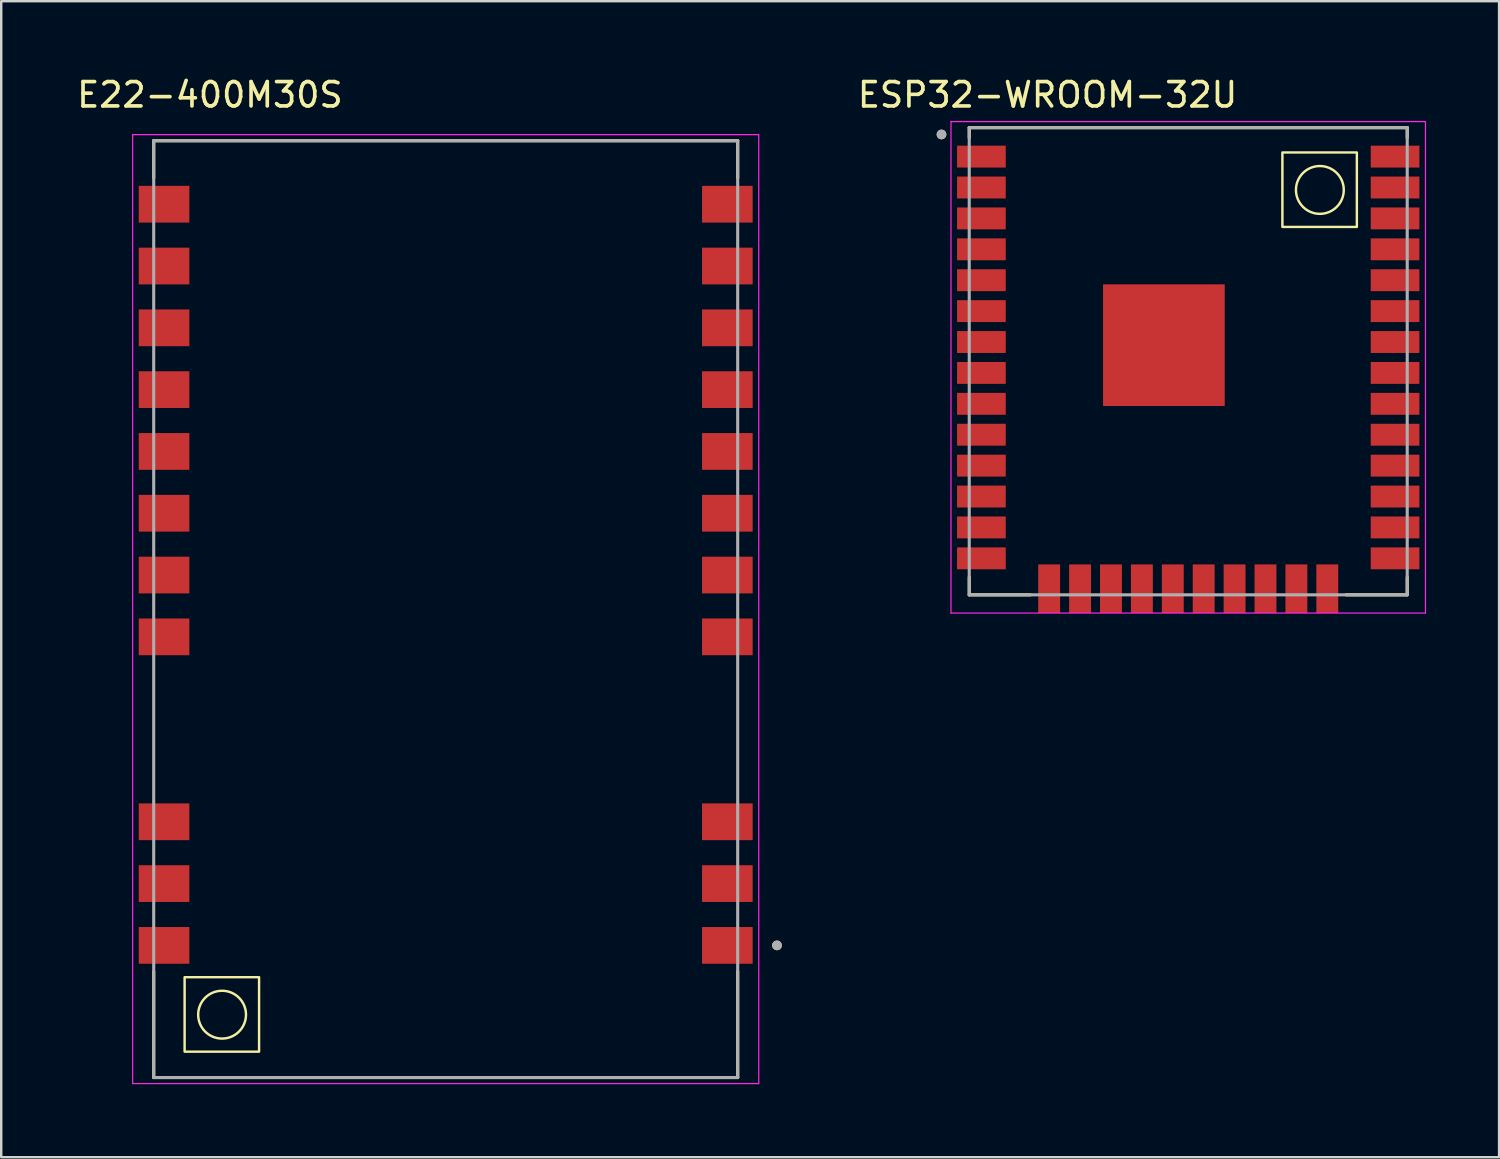
<source format=kicad_pcb>
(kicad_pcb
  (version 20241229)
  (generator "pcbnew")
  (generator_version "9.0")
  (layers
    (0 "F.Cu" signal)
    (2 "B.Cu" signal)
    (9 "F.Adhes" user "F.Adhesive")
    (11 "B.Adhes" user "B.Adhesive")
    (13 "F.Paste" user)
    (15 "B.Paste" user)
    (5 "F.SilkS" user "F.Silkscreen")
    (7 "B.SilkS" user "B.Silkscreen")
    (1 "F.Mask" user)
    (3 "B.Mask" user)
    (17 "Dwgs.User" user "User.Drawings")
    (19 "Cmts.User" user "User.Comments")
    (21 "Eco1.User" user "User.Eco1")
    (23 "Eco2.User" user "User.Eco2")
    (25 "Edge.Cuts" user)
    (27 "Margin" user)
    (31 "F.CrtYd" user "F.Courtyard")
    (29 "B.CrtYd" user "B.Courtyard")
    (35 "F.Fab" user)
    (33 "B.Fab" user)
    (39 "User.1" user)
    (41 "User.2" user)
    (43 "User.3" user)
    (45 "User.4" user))
  (footprint "E22-400M30S"
    (layer "F.Cu")
    (at 15.267 21.983)
    (property "Reference" "E22-400M30S" (at -9.69 -21.135 0) (layer "F.SilkS") (effects (font (size 1 1) (thickness 0.15))))
    (attr smd)
    (fp_line (start -12 -19.25) (end 12 -19.25) (stroke (width 0.127) (type solid)) (layer "F.SilkS"))
    (fp_line (start -12 -17.715) (end -12 -19.25) (stroke (width 0.127) (type solid)) (layer "F.SilkS"))
    (fp_line (start -12 19.25) (end -12 14.895) (stroke (width 0.127) (type solid)) (layer "F.SilkS"))
    (fp_line (start 12 -19.25) (end 12 -17.715) (stroke (width 0.127) (type solid)) (layer "F.SilkS"))
    (fp_line (start 12 19.25) (end -12 19.25) (stroke (width 0.127) (type solid)) (layer "F.SilkS"))
    (fp_line (start 12 19.25) (end 12 14.895) (stroke (width 0.127) (type solid)) (layer "F.SilkS"))
    (fp_rect (start -10.73 15.127) (end -7.67 18.187) (stroke (width 0.1) (type default)) (fill no) (layer "F.SilkS"))
    (fp_circle (center -9.19 16.667) (end -8.35 17.177) (stroke (width 0.1) (type default)) (fill no) (layer "F.SilkS"))
    (fp_circle (center 13.615 13.82) (end 13.715 13.82) (stroke (width 0.2) (type solid)) (fill no) (layer "F.SilkS"))
    (fp_line (start -12.865 -19.5) (end -12.865 19.5) (stroke (width 0.05) (type solid)) (layer "F.CrtYd"))
    (fp_line (start -12.865 19.5) (end 12.865 19.5) (stroke (width 0.05) (type solid)) (layer "F.CrtYd"))
    (fp_line (start 12.865 -19.5) (end -12.865 -19.5) (stroke (width 0.05) (type solid)) (layer "F.CrtYd"))
    (fp_line (start 12.865 19.5) (end 12.865 -19.5) (stroke (width 0.05) (type solid)) (layer "F.CrtYd"))
    (fp_line (start -12 -19.25) (end 12 -19.25) (stroke (width 0.127) (type solid)) (layer "F.Fab"))
    (fp_line (start -12 19.25) (end -12 -19.25) (stroke (width 0.127) (type solid)) (layer "F.Fab"))
    (fp_line (start 12 -19.25) (end 12 19.25) (stroke (width 0.127) (type solid)) (layer "F.Fab"))
    (fp_line (start 12 19.25) (end -12 19.25) (stroke (width 0.127) (type solid)) (layer "F.Fab"))
    (fp_circle (center 13.615 13.82) (end 13.715 13.82) (stroke (width 0.2) (type solid)) (fill no) (layer "F.Fab"))
    (pad "1" smd rect (at 11.575 13.82) (size 2.08 1.51) (layers "F.Cu" "F.Mask" "F.Paste"))
    (pad "2" smd rect (at 11.575 11.28) (size 2.08 1.51) (layers "F.Cu" "F.Mask" "F.Paste"))
    (pad "3" smd rect (at 11.575 8.74) (size 2.08 1.51) (layers "F.Cu" "F.Mask" "F.Paste"))
    (pad "4" smd rect (at 11.575 1.14) (size 2.08 1.51) (layers "F.Cu" "F.Mask" "F.Paste"))
    (pad "5" smd rect (at 11.575 -1.4) (size 2.08 1.51) (layers "F.Cu" "F.Mask" "F.Paste"))
    (pad "6" smd rect (at 11.575 -3.94) (size 2.08 1.51) (layers "F.Cu" "F.Mask" "F.Paste"))
    (pad "7" smd rect (at 11.575 -6.48) (size 2.08 1.51) (layers "F.Cu" "F.Mask" "F.Paste"))
    (pad "8" smd rect (at 11.575 -9.02) (size 2.08 1.51) (layers "F.Cu" "F.Mask" "F.Paste"))
    (pad "9" smd rect (at 11.575 -11.56) (size 2.08 1.51) (layers "F.Cu" "F.Mask" "F.Paste"))
    (pad "10" smd rect (at 11.575 -14.1) (size 2.08 1.51) (layers "F.Cu" "F.Mask" "F.Paste"))
    (pad "11" smd rect (at 11.575 -16.64) (size 2.08 1.51) (layers "F.Cu" "F.Mask" "F.Paste"))
    (pad "12" smd rect (at -11.575 -16.64) (size 2.08 1.51) (layers "F.Cu" "F.Mask" "F.Paste"))
    (pad "13" smd rect (at -11.575 -14.1) (size 2.08 1.51) (layers "F.Cu" "F.Mask" "F.Paste"))
    (pad "14" smd rect (at -11.575 -11.56) (size 2.08 1.51) (layers "F.Cu" "F.Mask" "F.Paste"))
    (pad "15" smd rect (at -11.575 -9.02) (size 2.08 1.51) (layers "F.Cu" "F.Mask" "F.Paste"))
    (pad "16" smd rect (at -11.575 -6.48) (size 2.08 1.51) (layers "F.Cu" "F.Mask" "F.Paste"))
    (pad "17" smd rect (at -11.575 -3.94) (size 2.08 1.51) (layers "F.Cu" "F.Mask" "F.Paste"))
    (pad "18" smd rect (at -11.575 -1.4) (size 2.08 1.51) (layers "F.Cu" "F.Mask" "F.Paste"))
    (pad "19" smd rect (at -11.575 1.14) (size 2.08 1.51) (layers "F.Cu" "F.Mask" "F.Paste"))
    (pad "20" smd rect (at -11.575 8.74) (size 2.08 1.51) (layers "F.Cu" "F.Mask" "F.Paste"))
    (pad "21" smd rect (at -11.575 11.28) (size 2.08 1.51) (layers "F.Cu" "F.Mask" "F.Paste"))
    (pad "22" smd rect (at -11.575 13.82) (size 2.08 1.51) (layers "F.Cu" "F.Mask" "F.Paste")))
  (footprint "ESP32-WROOM-32U"
    (layer "F.Cu")
    (at 45.783 11.796)
    (property "Reference" "ESP32-WROOM-32U" (at -5.782 -10.948 0) (layer "F.SilkS") (effects (font (size 1.001 1.001) (thickness 0.15))))
    (attr smd)
    (fp_line (start -9 -9.6) (end 9 -9.6) (stroke (width 0.127) (type solid)) (layer "F.SilkS"))
    (fp_line (start -9 -9.18) (end -9 -9.6) (stroke (width 0.127) (type solid)) (layer "F.SilkS"))
    (fp_line (start -9 8.87) (end -9 9.6) (stroke (width 0.127) (type solid)) (layer "F.SilkS"))
    (fp_line (start -9 9.6) (end -6.485 9.6) (stroke (width 0.127) (type solid)) (layer "F.SilkS"))
    (fp_line (start 6.485 9.6) (end 9 9.6) (stroke (width 0.127) (type solid)) (layer "F.SilkS"))
    (fp_line (start 9 -9.6) (end 9 -9.18) (stroke (width 0.127) (type solid)) (layer "F.SilkS"))
    (fp_line (start 9 9.6) (end 9 8.87) (stroke (width 0.127) (type solid)) (layer "F.SilkS"))
    (fp_rect (start 3.87 -8.58) (end 6.93 -5.52) (stroke (width 0.1) (type default)) (fill no) (layer "F.SilkS"))
    (fp_circle (center -10.14 -9.32) (end -10.04 -9.32) (stroke (width 0.2) (type solid)) (fill no) (layer "F.SilkS"))
    (fp_circle (center 5.41 -7.04) (end 6.25 -6.53) (stroke (width 0.1) (type default)) (fill no) (layer "F.SilkS"))
    (fp_line (start -9.75 -9.85) (end 9.75 -9.85) (stroke (width 0.05) (type solid)) (layer "F.CrtYd"))
    (fp_line (start -9.75 10.35) (end -9.75 -9.85) (stroke (width 0.05) (type solid)) (layer "F.CrtYd"))
    (fp_line (start 9.75 -9.85) (end 9.75 10.35) (stroke (width 0.05) (type solid)) (layer "F.CrtYd"))
    (fp_line (start 9.75 10.35) (end -9.75 10.35) (stroke (width 0.05) (type solid)) (layer "F.CrtYd"))
    (fp_line (start -9 -9.6) (end 9 -9.6) (stroke (width 0.127) (type solid)) (layer "F.Fab"))
    (fp_line (start -9 9.6) (end -9 -9.6) (stroke (width 0.127) (type solid)) (layer "F.Fab"))
    (fp_line (start 9 -9.6) (end 9 9.6) (stroke (width 0.127) (type solid)) (layer "F.Fab"))
    (fp_line (start 9 9.6) (end -9 9.6) (stroke (width 0.127) (type solid)) (layer "F.Fab"))
    (fp_circle (center -10.14 -9.32) (end -10.04 -9.32) (stroke (width 0.2) (type solid)) (fill no) (layer "F.Fab"))
    (pad "1" smd rect (at -8.5 -8.41) (size 2 0.9) (layers "F.Cu" "F.Mask" "F.Paste"))
    (pad "2" smd rect (at -8.5 -7.14) (size 2 0.9) (layers "F.Cu" "F.Mask" "F.Paste"))
    (pad "3" smd rect (at -8.5 -5.87) (size 2 0.9) (layers "F.Cu" "F.Mask" "F.Paste"))
    (pad "4" smd rect (at -8.5 -4.6) (size 2 0.9) (layers "F.Cu" "F.Mask" "F.Paste"))
    (pad "5" smd rect (at -8.5 -3.33) (size 2 0.9) (layers "F.Cu" "F.Mask" "F.Paste"))
    (pad "6" smd rect (at -8.5 -2.06) (size 2 0.9) (layers "F.Cu" "F.Mask" "F.Paste"))
    (pad "7" smd rect (at -8.5 -0.79) (size 2 0.9) (layers "F.Cu" "F.Mask" "F.Paste"))
    (pad "8" smd rect (at -8.5 0.48) (size 2 0.9) (layers "F.Cu" "F.Mask" "F.Paste"))
    (pad "9" smd rect (at -8.5 1.75) (size 2 0.9) (layers "F.Cu" "F.Mask" "F.Paste"))
    (pad "10" smd rect (at -8.5 3.02) (size 2 0.9) (layers "F.Cu" "F.Mask" "F.Paste"))
    (pad "11" smd rect (at -8.5 4.29) (size 2 0.9) (layers "F.Cu" "F.Mask" "F.Paste"))
    (pad "12" smd rect (at -8.5 5.56) (size 2 0.9) (layers "F.Cu" "F.Mask" "F.Paste"))
    (pad "13" smd rect (at -8.5 6.83) (size 2 0.9) (layers "F.Cu" "F.Mask" "F.Paste"))
    (pad "14" smd rect (at -8.5 8.1) (size 2 0.9) (layers "F.Cu" "F.Mask" "F.Paste"))
    (pad "15" smd rect (at -5.715 9.35) (size 0.9 2) (layers "F.Cu" "F.Mask" "F.Paste"))
    (pad "16" smd rect (at -4.445 9.35) (size 0.9 2) (layers "F.Cu" "F.Mask" "F.Paste"))
    (pad "17" smd rect (at -3.175 9.35) (size 0.9 2) (layers "F.Cu" "F.Mask" "F.Paste"))
    (pad "18" smd rect (at -1.905 9.35) (size 0.9 2) (layers "F.Cu" "F.Mask" "F.Paste"))
    (pad "19" smd rect (at -0.635 9.35) (size 0.9 2) (layers "F.Cu" "F.Mask" "F.Paste"))
    (pad "20" smd rect (at 0.635 9.35) (size 0.9 2) (layers "F.Cu" "F.Mask" "F.Paste"))
    (pad "21" smd rect (at 1.905 9.35) (size 0.9 2) (layers "F.Cu" "F.Mask" "F.Paste"))
    (pad "22" smd rect (at 3.175 9.35) (size 0.9 2) (layers "F.Cu" "F.Mask" "F.Paste"))
    (pad "23" smd rect (at 4.445 9.35) (size 0.9 2) (layers "F.Cu" "F.Mask" "F.Paste"))
    (pad "24" smd rect (at 5.715 9.35) (size 0.9 2) (layers "F.Cu" "F.Mask" "F.Paste"))
    (pad "25" smd rect (at 8.5 8.1) (size 2 0.9) (layers "F.Cu" "F.Mask" "F.Paste"))
    (pad "26" smd rect (at 8.5 6.83) (size 2 0.9) (layers "F.Cu" "F.Mask" "F.Paste"))
    (pad "27" smd rect (at 8.5 5.56) (size 2 0.9) (layers "F.Cu" "F.Mask" "F.Paste"))
    (pad "28" smd rect (at 8.5 4.29) (size 2 0.9) (layers "F.Cu" "F.Mask" "F.Paste"))
    (pad "29" smd rect (at 8.5 3.02) (size 2 0.9) (layers "F.Cu" "F.Mask" "F.Paste"))
    (pad "30" smd rect (at 8.5 1.75) (size 2 0.9) (layers "F.Cu" "F.Mask" "F.Paste"))
    (pad "31" smd rect (at 8.5 0.48) (size 2 0.9) (layers "F.Cu" "F.Mask" "F.Paste"))
    (pad "32" smd rect (at 8.5 -0.79) (size 2 0.9) (layers "F.Cu" "F.Mask" "F.Paste"))
    (pad "33" smd rect (at 8.5 -2.06) (size 2 0.9) (layers "F.Cu" "F.Mask" "F.Paste"))
    (pad "34" smd rect (at 8.5 -3.33) (size 2 0.9) (layers "F.Cu" "F.Mask" "F.Paste"))
    (pad "35" smd rect (at 8.5 -4.6) (size 2 0.9) (layers "F.Cu" "F.Mask" "F.Paste"))
    (pad "36" smd rect (at 8.5 -5.87) (size 2 0.9) (layers "F.Cu" "F.Mask" "F.Paste"))
    (pad "37" smd rect (at 8.5 -7.14) (size 2 0.9) (layers "F.Cu" "F.Mask" "F.Paste"))
    (pad "38" smd rect (at 8.5 -8.41) (size 2 0.9) (layers "F.Cu" "F.Mask" "F.Paste"))
    (pad "39" smd rect (at -1 -0.66) (size 5 5) (property pad_prop_heatsink) (layers "F.Cu" "F.Mask" "F.Paste")))
  (gr_rect
    (start -3 -3)
    (end 58.558 44.508)
    (stroke (width 0.1) (type default))
    (fill no)
    (layer "Edge.Cuts")))
</source>
